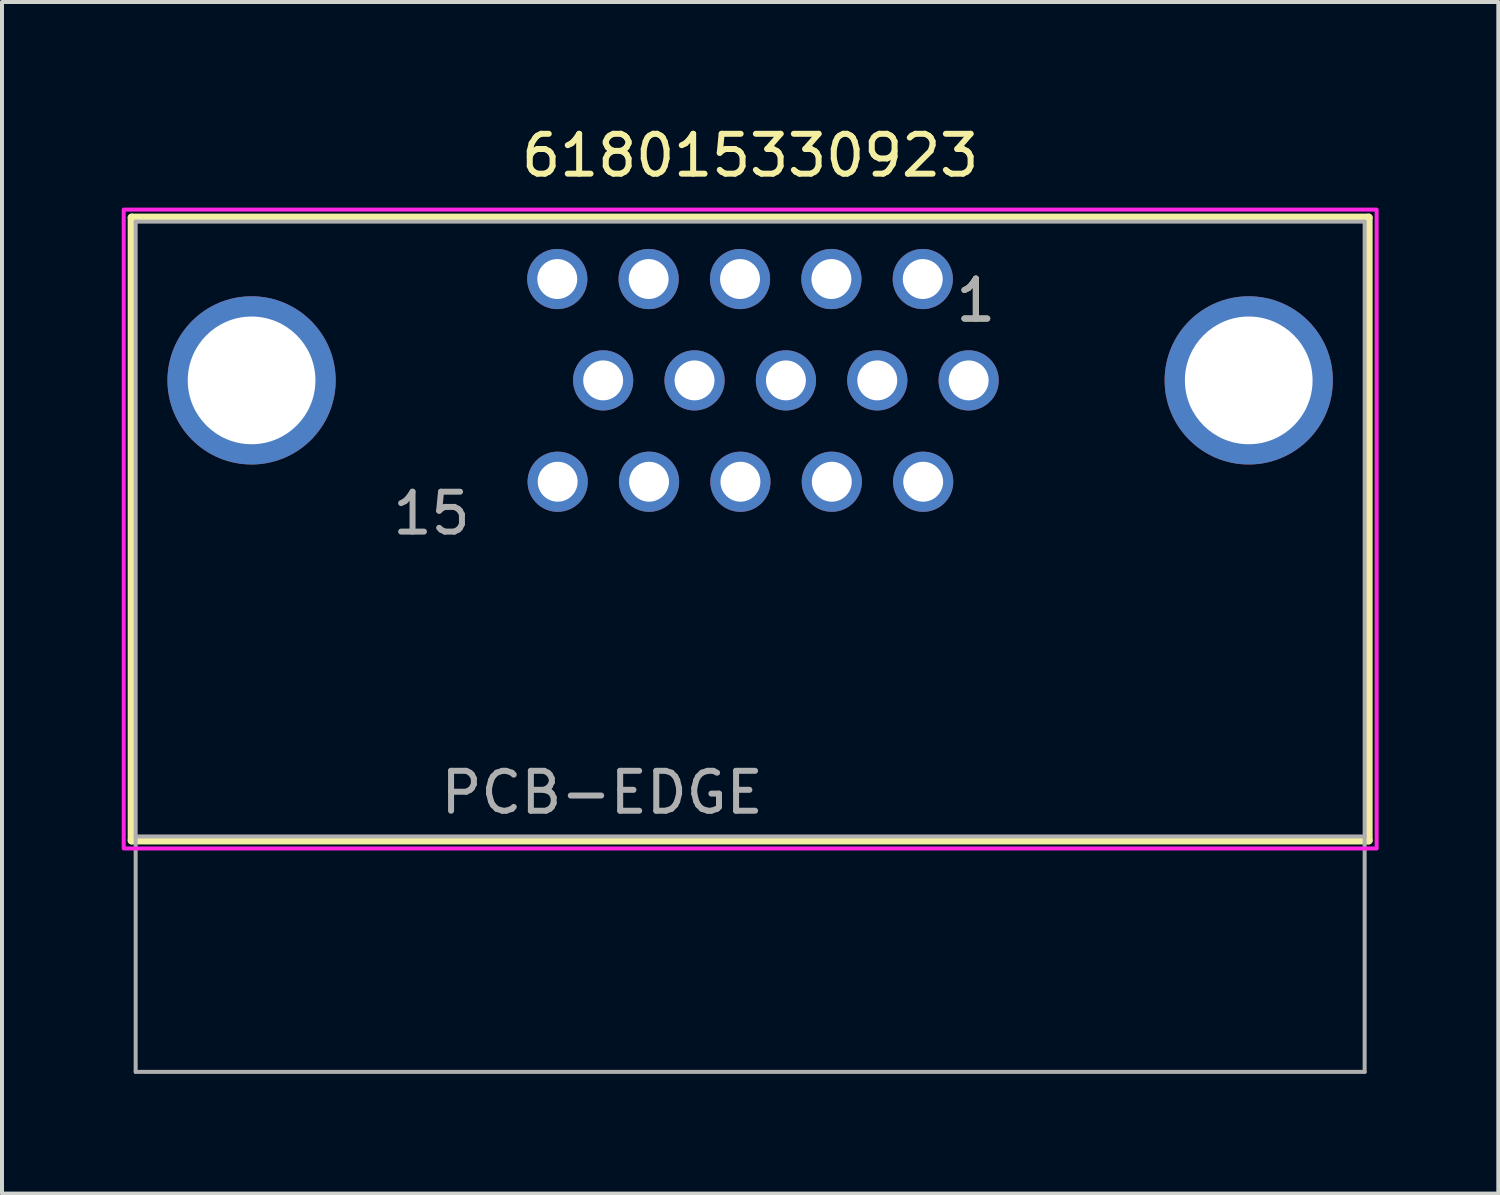
<source format=kicad_pcb>
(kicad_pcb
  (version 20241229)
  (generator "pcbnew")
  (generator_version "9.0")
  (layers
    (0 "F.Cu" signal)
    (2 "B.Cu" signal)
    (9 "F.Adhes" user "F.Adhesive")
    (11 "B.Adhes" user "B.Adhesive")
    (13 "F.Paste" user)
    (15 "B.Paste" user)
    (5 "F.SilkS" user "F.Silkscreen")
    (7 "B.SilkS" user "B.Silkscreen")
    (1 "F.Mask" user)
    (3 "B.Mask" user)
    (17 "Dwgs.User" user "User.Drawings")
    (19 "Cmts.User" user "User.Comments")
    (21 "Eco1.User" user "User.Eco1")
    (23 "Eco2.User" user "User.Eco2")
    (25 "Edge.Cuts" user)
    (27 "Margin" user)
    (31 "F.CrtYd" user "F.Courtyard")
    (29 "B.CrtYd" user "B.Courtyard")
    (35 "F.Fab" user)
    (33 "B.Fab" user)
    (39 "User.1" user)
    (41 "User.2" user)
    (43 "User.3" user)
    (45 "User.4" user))
  (footprint "618015330923"
    (layer "F.Cu")
    (at 15.75 6.483)
    (property "Reference" "618015330923" (at 0 -5.635 0) (layer "F.SilkS") (effects (font (size 1 1) (thickness 0.15))))
    (attr through_hole)
    (fp_line (start -15.5 -4.08) (end 15.5 -4.08) (stroke (width 0.2) (type solid)) (layer "F.SilkS"))
    (fp_line (start -15.5 11.53) (end -15.5 -4.08) (stroke (width 0.2) (type solid)) (layer "F.SilkS"))
    (fp_line (start 15.5 -4.08) (end 15.5 11.53) (stroke (width 0.2) (type solid)) (layer "F.SilkS"))
    (fp_line (start 15.5 11.53) (end -15.5 11.53) (stroke (width 0.2) (type solid)) (layer "F.SilkS"))
    (fp_poly (pts (xy -15.7 -4.28) (xy 15.7 -4.28) (xy 15.7 11.73) (xy -15.7 11.73)) (stroke (width 0.1) (type solid)) (fill no) (layer "F.CrtYd"))
    (fp_line (start -15.4 -3.98) (end 15.4 -3.98) (stroke (width 0.1) (type solid)) (layer "F.Fab"))
    (fp_line (start -15.4 11.43) (end -15.4 -3.98) (stroke (width 0.1) (type solid)) (layer "F.Fab"))
    (fp_line (start -15.4 17.33) (end -15.4 11.43) (stroke (width 0.1) (type solid)) (layer "F.Fab"))
    (fp_line (start 15.4 -3.98) (end 15.4 11.43) (stroke (width 0.1) (type solid)) (layer "F.Fab"))
    (fp_line (start 15.4 11.43) (end -15.4 11.43) (stroke (width 0.1) (type solid)) (layer "F.Fab"))
    (fp_line (start 15.4 11.43) (end 15.4 17.33) (stroke (width 0.1) (type solid)) (layer "F.Fab"))
    (fp_line (start 15.4 17.33) (end -15.4 17.33) (stroke (width 0.1) (type solid)) (layer "F.Fab"))
    (fp_text user "1" (at 5.656 -2.005 0) (layer "F.SilkS") (effects (font (size 1 1) (thickness 0.15))))
    (fp_text user "PCB-EDGE" (at -3.71 10.33 0) (layer "F.Fab") (effects (font (size 1 1) (thickness 0.15))))
    (fp_text user "15" (at -7.985 3.335 0) (layer "F.Fab") (effects (font (size 1 1) (thickness 0.15))))
    (fp_text user "1" (at 5.656 -2.005 0) (layer "F.Fab") (effects (font (size 1 1) (thickness 0.15))))
    (pad "1" thru_hole circle (at 4.326 -2.54) (size 1.508 1.508) (drill 1) (layers "*.Cu" "*.Mask"))
    (pad "2" thru_hole circle (at 2.036 -2.54) (size 1.508 1.508) (drill 1) (layers "*.Cu" "*.Mask"))
    (pad "3" thru_hole circle (at -0.254 -2.54) (size 1.508 1.508) (drill 1) (layers "*.Cu" "*.Mask"))
    (pad "4" thru_hole circle (at -2.544 -2.54) (size 1.508 1.508) (drill 1) (layers "*.Cu" "*.Mask"))
    (pad "5" thru_hole circle (at -4.834 -2.54) (size 1.508 1.508) (drill 1) (layers "*.Cu" "*.Mask"))
    (pad "6" thru_hole circle (at 5.476 0) (size 1.508 1.508) (drill 1) (layers "*.Cu" "*.Mask"))
    (pad "7" thru_hole circle (at 3.186 0) (size 1.508 1.508) (drill 1) (layers "*.Cu" "*.Mask"))
    (pad "8" thru_hole circle (at 0.896 0) (size 1.508 1.508) (drill 1) (layers "*.Cu" "*.Mask"))
    (pad "9" thru_hole circle (at -1.394 0) (size 1.508 1.508) (drill 1) (layers "*.Cu" "*.Mask"))
    (pad "10" thru_hole circle (at -3.684 0) (size 1.508 1.508) (drill 1) (layers "*.Cu" "*.Mask"))
    (pad "11" thru_hole circle (at 4.336 2.54) (size 1.508 1.508) (drill 1) (layers "*.Cu" "*.Mask"))
    (pad "12" thru_hole circle (at 2.046 2.54) (size 1.508 1.508) (drill 1) (layers "*.Cu" "*.Mask"))
    (pad "13" thru_hole circle (at -0.244 2.54) (size 1.508 1.508) (drill 1) (layers "*.Cu" "*.Mask"))
    (pad "14" thru_hole circle (at -2.534 2.54) (size 1.508 1.508) (drill 1) (layers "*.Cu" "*.Mask"))
    (pad "15" thru_hole circle (at -4.824 2.54) (size 1.508 1.508) (drill 1) (layers "*.Cu" "*.Mask"))
    (pad "SHELL" thru_hole circle (at -12.495 0) (size 4.216 4.216) (drill 3.2) (layers "*.Cu" "*.Mask"))
    (pad "SHELL1" thru_hole circle (at 12.495 0) (size 4.216 4.216) (drill 3.2) (layers "*.Cu" "*.Mask")))
  (gr_rect
    (start -3 -3)
    (end 34.5 26.863)
    (stroke (width 0.1) (type default))
    (fill no)
    (layer "Edge.Cuts")))
</source>
